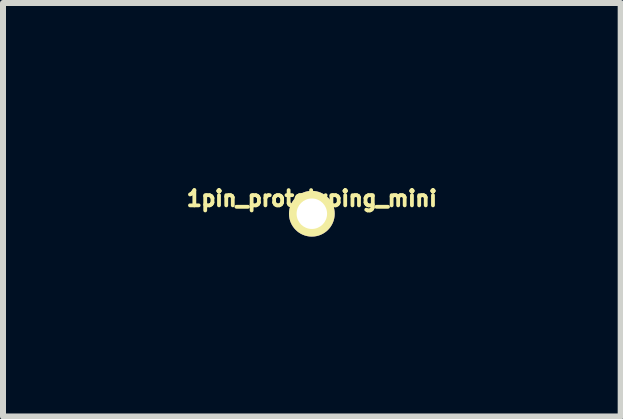
<source format=kicad_pcb>
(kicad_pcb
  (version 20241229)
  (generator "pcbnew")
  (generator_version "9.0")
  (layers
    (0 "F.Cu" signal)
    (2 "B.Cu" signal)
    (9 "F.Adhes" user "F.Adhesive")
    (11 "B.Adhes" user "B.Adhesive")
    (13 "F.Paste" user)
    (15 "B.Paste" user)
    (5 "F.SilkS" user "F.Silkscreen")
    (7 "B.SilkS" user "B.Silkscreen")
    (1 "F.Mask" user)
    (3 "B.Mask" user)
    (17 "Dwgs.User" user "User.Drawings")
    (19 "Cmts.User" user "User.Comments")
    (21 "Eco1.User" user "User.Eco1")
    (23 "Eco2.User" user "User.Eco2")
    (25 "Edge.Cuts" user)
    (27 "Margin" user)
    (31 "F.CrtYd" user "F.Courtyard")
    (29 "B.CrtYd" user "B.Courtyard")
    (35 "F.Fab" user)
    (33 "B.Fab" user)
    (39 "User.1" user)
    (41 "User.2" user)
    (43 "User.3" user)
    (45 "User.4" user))
  (footprint "1pin_prototyping_mini"
    (layer "F.Cu")
    (at 2.15 0.514)
    (property "Reference" "1pin_prototyping_mini" (at 0 -0.254 0) (layer "F.SilkS") (effects (font (size 0.254 0.254) (thickness 0.064))))
    (attr through_hole)
    (pad "1" thru_hole circle (at 0 0) (size 0.762 0.762) (drill 0.508) (layers "*.Cu" "*.Mask" "F.SilkS")))
  (gr_rect
    (start -3 -3)
    (end 7.3 3.895)
    (stroke (width 0.1) (type default))
    (fill no)
    (layer "Edge.Cuts")))
</source>
